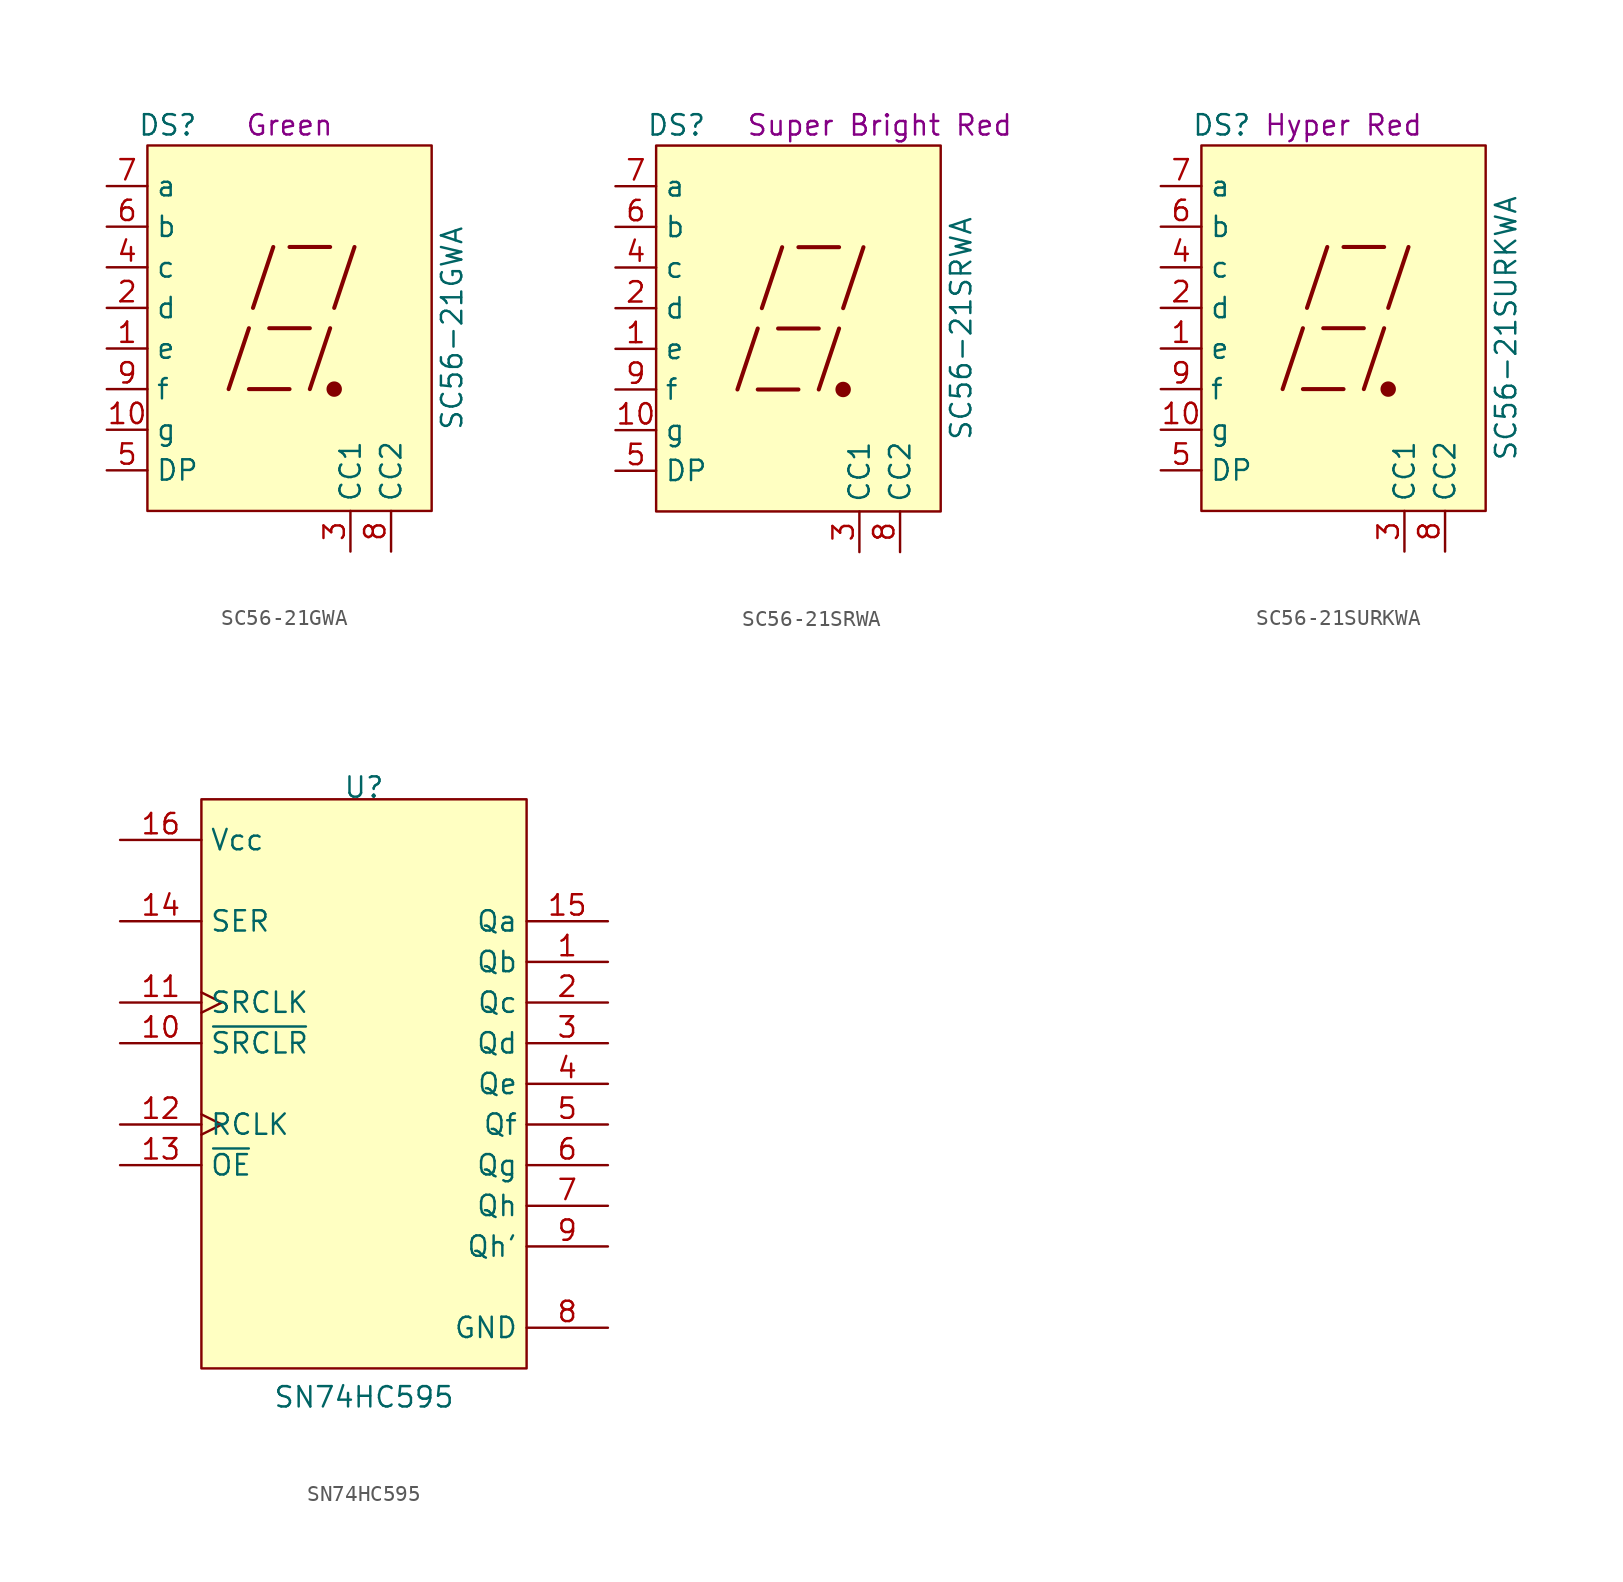
<source format=kicad_sym>
(kicad_symbol_lib
  (version 20211014)
  (generator kicad_symbol_editor)
  (symbol "SC56-21GWA"
    (property "Reference" "DS"
      (at -7.62 12.7 0)
      (effects (font (size 1.27 1.27))))
    (property "Value" "SC56-21GWA"
      (at 10.16 0 90)
      (effects (font (size 1.27 1.27))))
    (property "Color" "Green"
      (at 0 12.7 0)
      (effects (font (size 1.27 1.27))))
    (symbol "SC56-21GWA_0_0"
      (rectangle (start -8.89 11.43) (end 8.89 -11.43) (stroke (width 0) (type default) (color 0 0 0 0)) (fill (type background)))
      (polyline (pts (xy -3.81 -3.81) (xy -2.54 0)) (stroke (width 0.254) (type default) (color 0 0 0 0)) (fill (type none)))
      (polyline (pts (xy -2.54 -3.81) (xy 0 -3.81)) (stroke (width 0.254) (type default) (color 0 0 0 0)) (fill (type none)))
      (polyline (pts (xy -2.286 1.27) (xy -1.016 5.08)) (stroke (width 0.254) (type default) (color 0 0 0 0)) (fill (type none)))
      (polyline (pts (xy -1.27 0) (xy 1.27 0)) (stroke (width 0.254) (type default) (color 0 0 0 0)) (fill (type none)))
      (polyline (pts (xy 0 5.08) (xy 2.54 5.08)) (stroke (width 0.254) (type default) (color 0 0 0 0)) (fill (type none)))
      (polyline (pts (xy 1.27 -3.81) (xy 2.54 0)) (stroke (width 0.254) (type default) (color 0 0 0 0)) (fill (type none)))
      (polyline (pts (xy 2.794 1.27) (xy 4.064 5.08)) (stroke (width 0.254) (type default) (color 0 0 0 0)) (fill (type none))))
    (symbol "SC56-21GWA_0_1"
      (circle (center 2.794 -3.81) (radius 0.356) (stroke (width 0.254) (type default) (color 0 0 0 0)) (fill (type outline))))
    (symbol "SC56-21GWA_1_1"
      (pin passive line (at -11.43 -1.27 0) (length 2.54) (name "e" (effects (font (size 1.27 1.27)))) (number "1" (effects (font (size 1.27 1.27)))))
      (pin passive line (at -11.43 -6.35 0) (length 2.54) (name "g" (effects (font (size 1.27 1.27)))) (number "10" (effects (font (size 1.27 1.27)))))
      (pin passive line (at -11.43 1.27 0) (length 2.54) (name "d" (effects (font (size 1.27 1.27)))) (number "2" (effects (font (size 1.27 1.27)))))
      (pin passive line (at 3.81 -13.97 90) (length 2.54) (name "CC1" (effects (font (size 1.27 1.27)))) (number "3" (effects (font (size 1.27 1.27)))))
      (pin passive line (at -11.43 3.81 0) (length 2.54) (name "c" (effects (font (size 1.27 1.27)))) (number "4" (effects (font (size 1.27 1.27)))))
      (pin passive line (at -11.43 -8.89 0) (length 2.54) (name "DP" (effects (font (size 1.27 1.27)))) (number "5" (effects (font (size 1.27 1.27)))))
      (pin passive line (at -11.43 6.35 0) (length 2.54) (name "b" (effects (font (size 1.27 1.27)))) (number "6" (effects (font (size 1.27 1.27)))))
      (pin passive line (at -11.43 8.89 0) (length 2.54) (name "a" (effects (font (size 1.27 1.27)))) (number "7" (effects (font (size 1.27 1.27)))))
      (pin passive line (at 6.35 -13.97 90) (length 2.54) (name "CC2" (effects (font (size 1.27 1.27)))) (number "8" (effects (font (size 1.27 1.27)))))
      (pin passive line (at -11.43 -3.81 0) (length 2.54) (name "f" (effects (font (size 1.27 1.27)))) (number "9" (effects (font (size 1.27 1.27)))))))
  (symbol "SC56-21SRWA"
    (property "Reference" "DS"
      (at -7.62 12.7 0)
      (effects (font (size 1.27 1.27))))
    (property "Value" "SC56-21SRWA"
      (at 10.16 0 90)
      (effects (font (size 1.27 1.27))))
    (property "Color" "Super Bright Red"
      (at 5.08 12.7 0)
      (effects (font (size 1.27 1.27))))
    (symbol "SC56-21SRWA_0_0"
      (rectangle (start -8.89 11.43) (end 8.89 -11.43) (stroke (width 0) (type default) (color 0 0 0 0)) (fill (type background)))
      (polyline (pts (xy -3.81 -3.81) (xy -2.54 0)) (stroke (width 0.254) (type default) (color 0 0 0 0)) (fill (type none)))
      (polyline (pts (xy -2.54 -3.81) (xy 0 -3.81)) (stroke (width 0.254) (type default) (color 0 0 0 0)) (fill (type none)))
      (polyline (pts (xy -2.286 1.27) (xy -1.016 5.08)) (stroke (width 0.254) (type default) (color 0 0 0 0)) (fill (type none)))
      (polyline (pts (xy -1.27 0) (xy 1.27 0)) (stroke (width 0.254) (type default) (color 0 0 0 0)) (fill (type none)))
      (polyline (pts (xy 0 5.08) (xy 2.54 5.08)) (stroke (width 0.254) (type default) (color 0 0 0 0)) (fill (type none)))
      (polyline (pts (xy 1.27 -3.81) (xy 2.54 0)) (stroke (width 0.254) (type default) (color 0 0 0 0)) (fill (type none)))
      (polyline (pts (xy 2.794 1.27) (xy 4.064 5.08)) (stroke (width 0.254) (type default) (color 0 0 0 0)) (fill (type none))))
    (symbol "SC56-21SRWA_0_1"
      (circle (center 2.794 -3.81) (radius 0.356) (stroke (width 0.254) (type default) (color 0 0 0 0)) (fill (type outline))))
    (symbol "SC56-21SRWA_1_1"
      (pin passive line (at -11.43 -1.27 0) (length 2.54) (name "e" (effects (font (size 1.27 1.27)))) (number "1" (effects (font (size 1.27 1.27)))))
      (pin passive line (at -11.43 -6.35 0) (length 2.54) (name "g" (effects (font (size 1.27 1.27)))) (number "10" (effects (font (size 1.27 1.27)))))
      (pin passive line (at -11.43 1.27 0) (length 2.54) (name "d" (effects (font (size 1.27 1.27)))) (number "2" (effects (font (size 1.27 1.27)))))
      (pin passive line (at 3.81 -13.97 90) (length 2.54) (name "CC1" (effects (font (size 1.27 1.27)))) (number "3" (effects (font (size 1.27 1.27)))))
      (pin passive line (at -11.43 3.81 0) (length 2.54) (name "c" (effects (font (size 1.27 1.27)))) (number "4" (effects (font (size 1.27 1.27)))))
      (pin passive line (at -11.43 -8.89 0) (length 2.54) (name "DP" (effects (font (size 1.27 1.27)))) (number "5" (effects (font (size 1.27 1.27)))))
      (pin passive line (at -11.43 6.35 0) (length 2.54) (name "b" (effects (font (size 1.27 1.27)))) (number "6" (effects (font (size 1.27 1.27)))))
      (pin passive line (at -11.43 8.89 0) (length 2.54) (name "a" (effects (font (size 1.27 1.27)))) (number "7" (effects (font (size 1.27 1.27)))))
      (pin passive line (at 6.35 -13.97 90) (length 2.54) (name "CC2" (effects (font (size 1.27 1.27)))) (number "8" (effects (font (size 1.27 1.27)))))
      (pin passive line (at -11.43 -3.81 0) (length 2.54) (name "f" (effects (font (size 1.27 1.27)))) (number "9" (effects (font (size 1.27 1.27)))))))
  (symbol "SC56-21SURKWA"
    (property "Reference" "DS"
      (at -7.62 12.7 0)
      (effects (font (size 1.27 1.27))))
    (property "Value" "SC56-21SURKWA"
      (at 10.16 0 90)
      (effects (font (size 1.27 1.27))))
    (property "Color" "Hyper Red"
      (at 0 12.7 0)
      (effects (font (size 1.27 1.27))))
    (symbol "SC56-21SURKWA_0_0"
      (rectangle (start -8.89 11.43) (end 8.89 -11.43) (stroke (width 0) (type default) (color 0 0 0 0)) (fill (type background)))
      (polyline (pts (xy -3.81 -3.81) (xy -2.54 0)) (stroke (width 0.254) (type default) (color 0 0 0 0)) (fill (type none)))
      (polyline (pts (xy -2.54 -3.81) (xy 0 -3.81)) (stroke (width 0.254) (type default) (color 0 0 0 0)) (fill (type none)))
      (polyline (pts (xy -2.286 1.27) (xy -1.016 5.08)) (stroke (width 0.254) (type default) (color 0 0 0 0)) (fill (type none)))
      (polyline (pts (xy -1.27 0) (xy 1.27 0)) (stroke (width 0.254) (type default) (color 0 0 0 0)) (fill (type none)))
      (polyline (pts (xy 0 5.08) (xy 2.54 5.08)) (stroke (width 0.254) (type default) (color 0 0 0 0)) (fill (type none)))
      (polyline (pts (xy 1.27 -3.81) (xy 2.54 0)) (stroke (width 0.254) (type default) (color 0 0 0 0)) (fill (type none)))
      (polyline (pts (xy 2.794 1.27) (xy 4.064 5.08)) (stroke (width 0.254) (type default) (color 0 0 0 0)) (fill (type none))))
    (symbol "SC56-21SURKWA_0_1"
      (circle (center 2.794 -3.81) (radius 0.356) (stroke (width 0.254) (type default) (color 0 0 0 0)) (fill (type outline))))
    (symbol "SC56-21SURKWA_1_1"
      (pin passive line (at -11.43 -1.27 0) (length 2.54) (name "e" (effects (font (size 1.27 1.27)))) (number "1" (effects (font (size 1.27 1.27)))))
      (pin passive line (at -11.43 -6.35 0) (length 2.54) (name "g" (effects (font (size 1.27 1.27)))) (number "10" (effects (font (size 1.27 1.27)))))
      (pin passive line (at -11.43 1.27 0) (length 2.54) (name "d" (effects (font (size 1.27 1.27)))) (number "2" (effects (font (size 1.27 1.27)))))
      (pin passive line (at 3.81 -13.97 90) (length 2.54) (name "CC1" (effects (font (size 1.27 1.27)))) (number "3" (effects (font (size 1.27 1.27)))))
      (pin passive line (at -11.43 3.81 0) (length 2.54) (name "c" (effects (font (size 1.27 1.27)))) (number "4" (effects (font (size 1.27 1.27)))))
      (pin passive line (at -11.43 -8.89 0) (length 2.54) (name "DP" (effects (font (size 1.27 1.27)))) (number "5" (effects (font (size 1.27 1.27)))))
      (pin passive line (at -11.43 6.35 0) (length 2.54) (name "b" (effects (font (size 1.27 1.27)))) (number "6" (effects (font (size 1.27 1.27)))))
      (pin passive line (at -11.43 8.89 0) (length 2.54) (name "a" (effects (font (size 1.27 1.27)))) (number "7" (effects (font (size 1.27 1.27)))))
      (pin passive line (at 6.35 -13.97 90) (length 2.54) (name "CC2" (effects (font (size 1.27 1.27)))) (number "8" (effects (font (size 1.27 1.27)))))
      (pin passive line (at -11.43 -3.81 0) (length 2.54) (name "f" (effects (font (size 1.27 1.27)))) (number "9" (effects (font (size 1.27 1.27)))))))
  (symbol "SN74HC595"
    (property "Reference" "U"
      (at 0 15.24 0)
      (effects (font (size 1.27 1.27)) (justify bottom)))
    (property "Value" "SN74HC595"
      (at 0 -22.86 0)
      (effects (font (size 1.27 1.27)) (justify bottom)))
    (symbol "SN74HC595_0_1"
      (rectangle (start -10.16 15.24) (end 10.16 -20.32) (stroke (width 0) (type default) (color 0 0 0 0)) (fill (type background))))
    (symbol "SN74HC595_1_1"
      (pin output line (at 15.24 5.08 180) (length 5.08) (name "Qb" (effects (font (size 1.27 1.27)))) (number "1" (effects (font (size 1.27 1.27)))))
      (pin input line (at -15.24 0 0) (length 5.08) (name "~{SRCLR}" (effects (font (size 1.27 1.27)))) (number "10" (effects (font (size 1.27 1.27)))))
      (pin input clock (at -15.24 2.54 0) (length 5.08) (name "SRCLK" (effects (font (size 1.27 1.27)))) (number "11" (effects (font (size 1.27 1.27)))))
      (pin input clock (at -15.24 -5.08 0) (length 5.08) (name "RCLK" (effects (font (size 1.27 1.27)))) (number "12" (effects (font (size 1.27 1.27)))))
      (pin input line (at -15.24 -7.62 0) (length 5.08) (name "~{OE}" (effects (font (size 1.27 1.27)))) (number "13" (effects (font (size 1.27 1.27)))))
      (pin input line (at -15.24 7.62 0) (length 5.08) (name "SER" (effects (font (size 1.27 1.27)))) (number "14" (effects (font (size 1.27 1.27)))))
      (pin output line (at 15.24 7.62 180) (length 5.08) (name "Qa" (effects (font (size 1.27 1.27)))) (number "15" (effects (font (size 1.27 1.27)))))
      (pin power_in line (at -15.24 12.7 0) (length 5.08) (name "Vcc" (effects (font (size 1.27 1.27)))) (number "16" (effects (font (size 1.27 1.27)))))
      (pin output line (at 15.24 2.54 180) (length 5.08) (name "Qc" (effects (font (size 1.27 1.27)))) (number "2" (effects (font (size 1.27 1.27)))))
      (pin output line (at 15.24 0 180) (length 5.08) (name "Qd" (effects (font (size 1.27 1.27)))) (number "3" (effects (font (size 1.27 1.27)))))
      (pin output line (at 15.24 -2.54 180) (length 5.08) (name "Qe" (effects (font (size 1.27 1.27)))) (number "4" (effects (font (size 1.27 1.27)))))
      (pin output line (at 15.24 -5.08 180) (length 5.08) (name "Qf" (effects (font (size 1.27 1.27)))) (number "5" (effects (font (size 1.27 1.27)))))
      (pin output line (at 15.24 -7.62 180) (length 5.08) (name "Qg" (effects (font (size 1.27 1.27)))) (number "6" (effects (font (size 1.27 1.27)))))
      (pin output line (at 15.24 -10.16 180) (length 5.08) (name "Qh" (effects (font (size 1.27 1.27)))) (number "7" (effects (font (size 1.27 1.27)))))
      (pin power_in line (at 15.24 -17.78 180) (length 5.08) (name "GND" (effects (font (size 1.27 1.27)))) (number "8" (effects (font (size 1.27 1.27)))))
      (pin output line (at 15.24 -12.7 180) (length 5.08) (name "Qh'" (effects (font (size 1.27 1.27)))) (number "9" (effects (font (size 1.27 1.27))))))))
</source>
